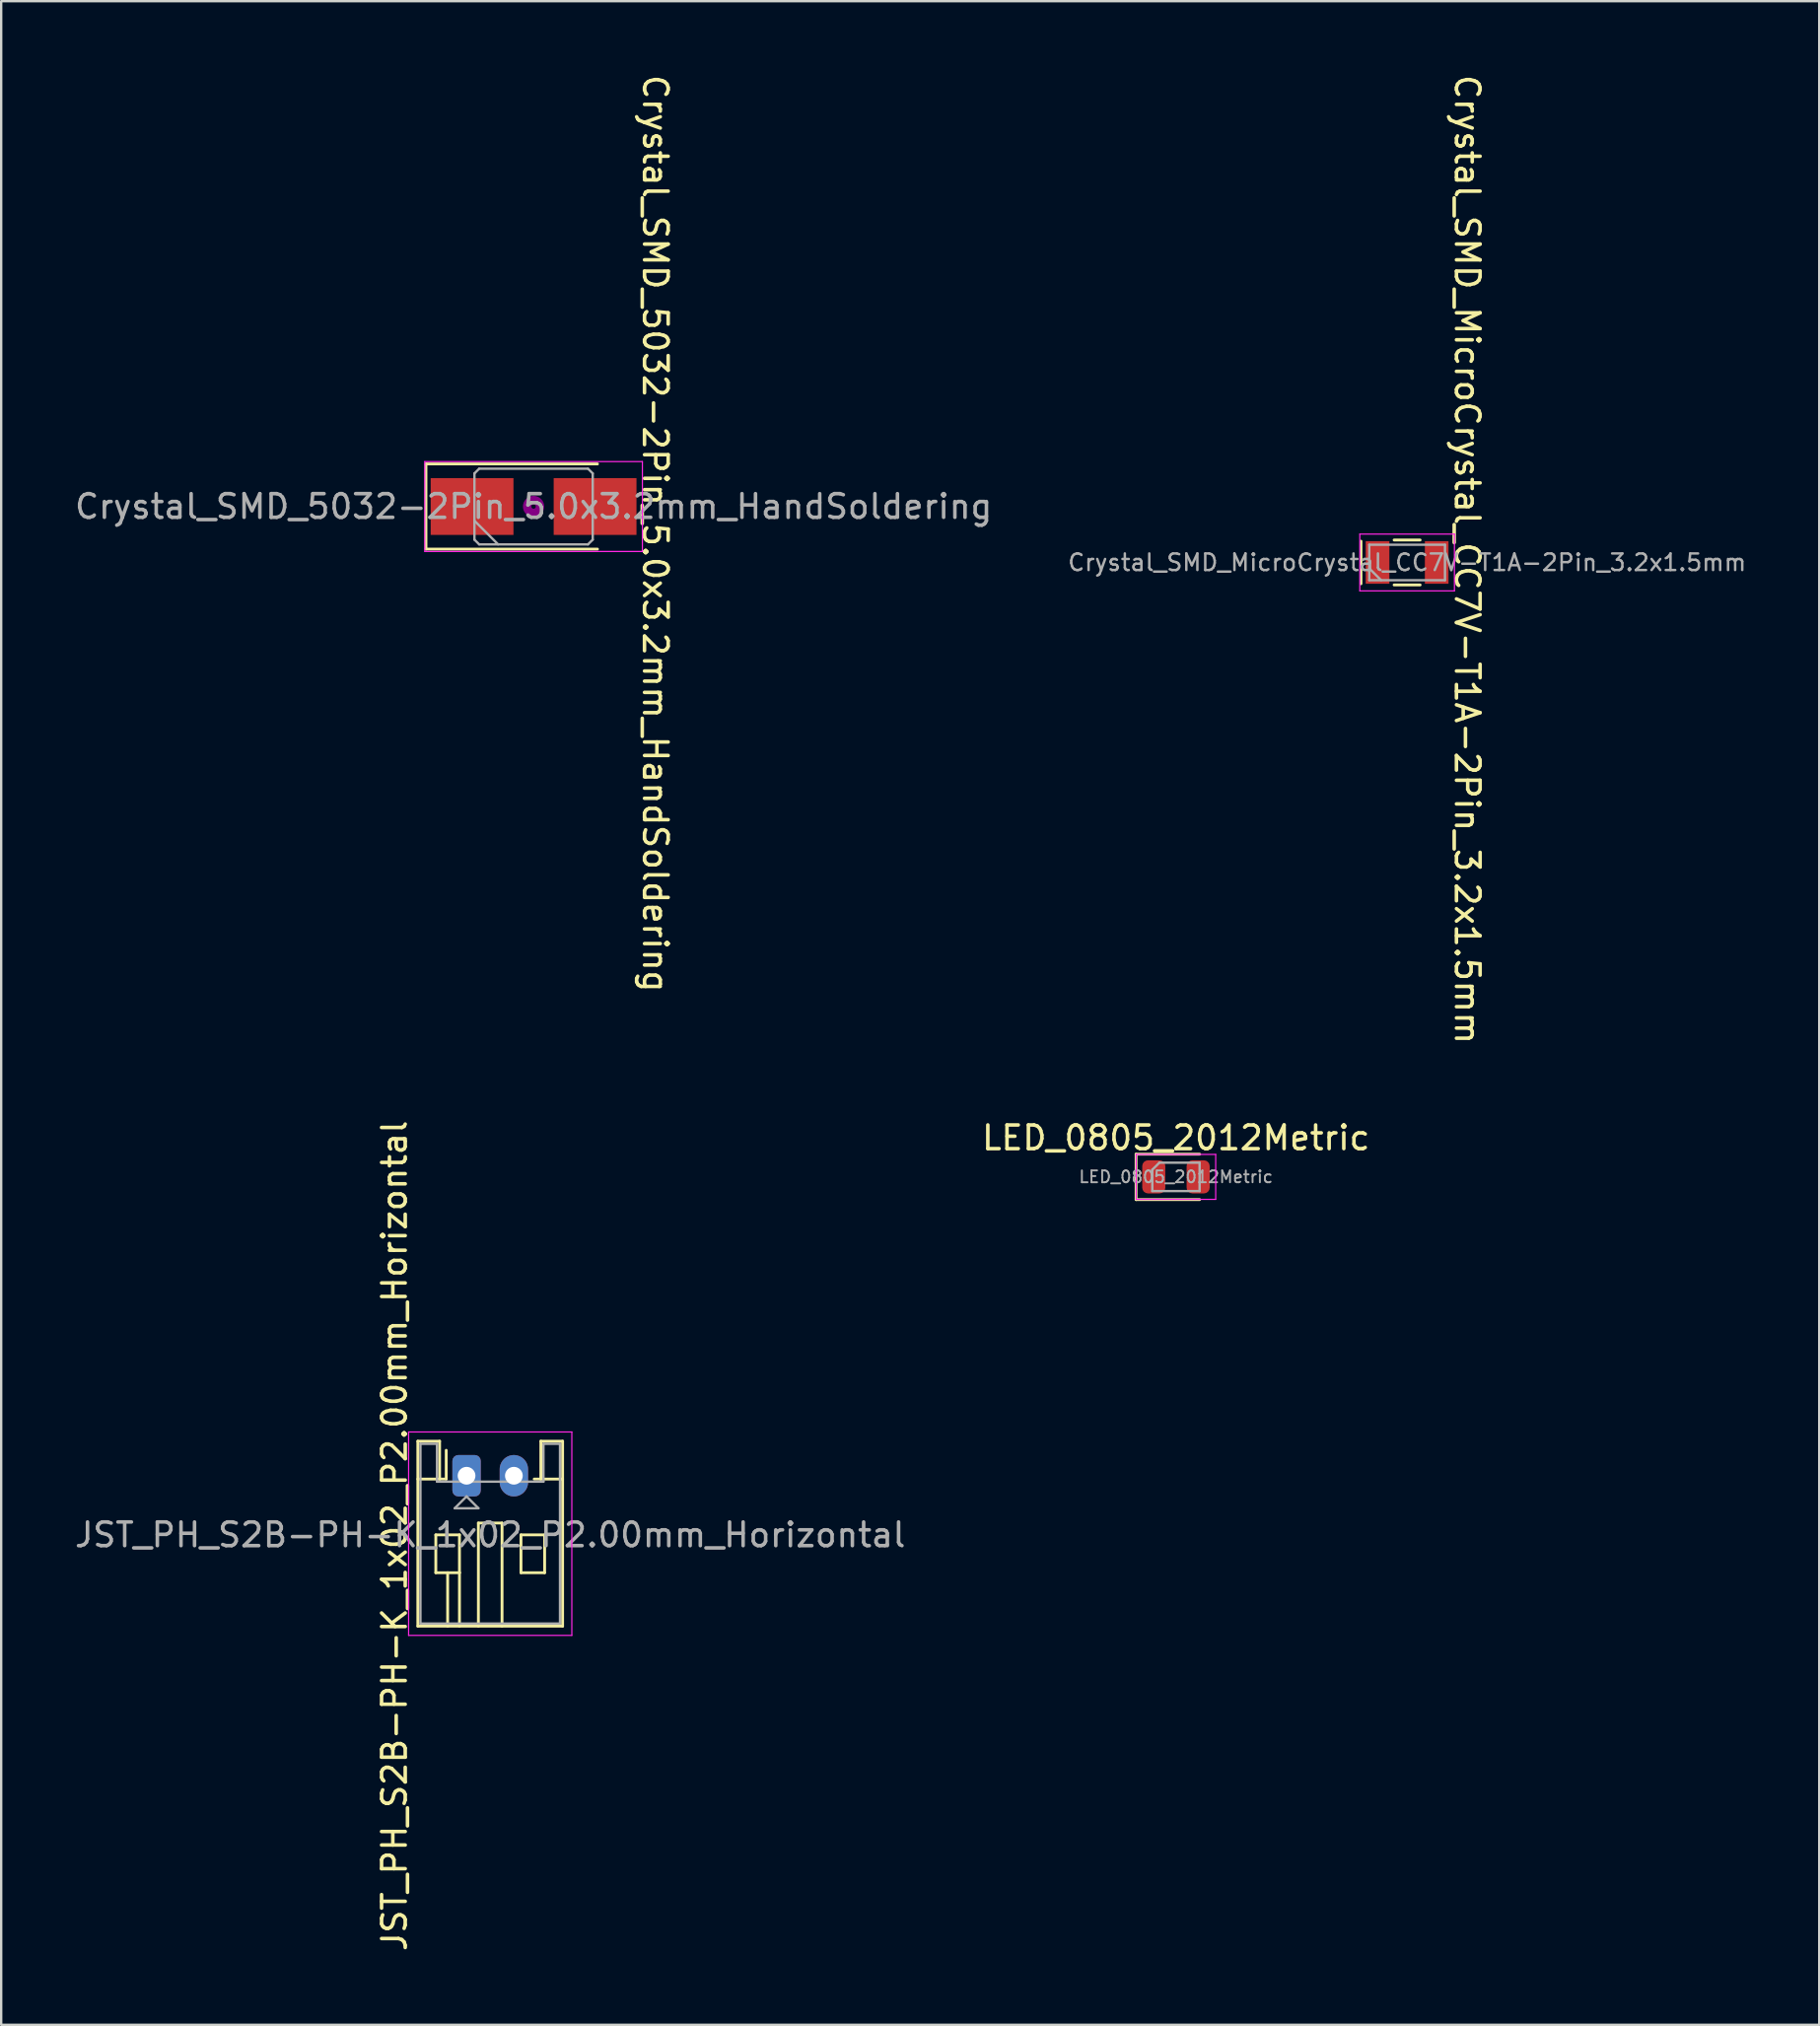
<source format=kicad_pcb>
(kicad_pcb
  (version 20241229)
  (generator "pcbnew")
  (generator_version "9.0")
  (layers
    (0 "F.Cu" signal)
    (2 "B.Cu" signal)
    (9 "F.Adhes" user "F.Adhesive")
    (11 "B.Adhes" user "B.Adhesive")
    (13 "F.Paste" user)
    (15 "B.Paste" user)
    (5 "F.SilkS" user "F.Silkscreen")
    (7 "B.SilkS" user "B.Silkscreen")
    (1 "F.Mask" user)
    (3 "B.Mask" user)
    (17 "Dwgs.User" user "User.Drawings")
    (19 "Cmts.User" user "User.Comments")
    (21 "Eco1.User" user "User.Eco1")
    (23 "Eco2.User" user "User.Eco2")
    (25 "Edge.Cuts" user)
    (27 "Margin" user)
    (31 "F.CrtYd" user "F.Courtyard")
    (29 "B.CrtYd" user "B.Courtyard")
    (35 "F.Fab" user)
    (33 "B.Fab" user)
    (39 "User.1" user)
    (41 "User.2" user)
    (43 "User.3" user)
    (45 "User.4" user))
  (footprint "LED_0805_2012Metric"
    (layer "F.Cu")
    (at 46.661 46.701)
    (property "Reference" "LED_0805_2012Metric" (at 0 -1.65 0) (layer "F.SilkS") (effects (font (size 1 1) (thickness 0.15))))
    (attr smd)
    (fp_line (start -1.685 -0.96) (end -1.685 0.96) (stroke (width 0.12) (type solid)) (layer "F.SilkS"))
    (fp_line (start -1.685 0.96) (end 1 0.96) (stroke (width 0.12) (type solid)) (layer "F.SilkS"))
    (fp_line (start 1 -0.96) (end -1.685 -0.96) (stroke (width 0.12) (type solid)) (layer "F.SilkS"))
    (fp_line (start -1.68 -0.95) (end 1.68 -0.95) (stroke (width 0.05) (type solid)) (layer "F.CrtYd"))
    (fp_line (start -1.68 0.95) (end -1.68 -0.95) (stroke (width 0.05) (type solid)) (layer "F.CrtYd"))
    (fp_line (start 1.68 -0.95) (end 1.68 0.95) (stroke (width 0.05) (type solid)) (layer "F.CrtYd"))
    (fp_line (start 1.68 0.95) (end -1.68 0.95) (stroke (width 0.05) (type solid)) (layer "F.CrtYd"))
    (fp_line (start -1 -0.3) (end -1 0.6) (stroke (width 0.1) (type solid)) (layer "F.Fab"))
    (fp_line (start -1 0.6) (end 1 0.6) (stroke (width 0.1) (type solid)) (layer "F.Fab"))
    (fp_line (start -0.7 -0.6) (end -1 -0.3) (stroke (width 0.1) (type solid)) (layer "F.Fab"))
    (fp_line (start 1 -0.6) (end -0.7 -0.6) (stroke (width 0.1) (type solid)) (layer "F.Fab"))
    (fp_line (start 1 0.6) (end 1 -0.6) (stroke (width 0.1) (type solid)) (layer "F.Fab"))
    (fp_text user "${REFERENCE}" (at 0 0 0) (layer "F.Fab") (effects (font (size 0.5 0.5) (thickness 0.08))))
    (pad "1" smd roundrect (at -0.938 0) (size 0.975 1.4) (layers "F.Cu" "F.Mask" "F.Paste") (roundrect_rratio 0.25))
    (pad "2" smd roundrect (at 0.938 0) (size 0.975 1.4) (layers "F.Cu" "F.Mask" "F.Paste") (roundrect_rratio 0.25)))
  (footprint "Crystal_SMD_MicroCrystal_CC7V-T1A-2Pin_3.2x1.5mm"
    (layer "F.Cu")
    (at 56.433 20.728)
    (property "Reference" "Crystal_SMD_MicroCrystal_CC7V-T1A-2Pin_3.2x1.5mm" (at 2.54 -0.127 270) (unlocked yes) (layer "F.SilkS") (effects (font (size 1 1) (thickness 0.15))))
    (attr smd)
    (fp_line (start -1.95 -0.9) (end -1.95 0.9) (stroke (width 0.12) (type solid)) (layer "F.SilkS"))
    (fp_line (start -0.55 -0.95) (end 0.55 -0.95) (stroke (width 0.12) (type solid)) (layer "F.SilkS"))
    (fp_line (start -0.55 0.95) (end 0.55 0.95) (stroke (width 0.12) (type solid)) (layer "F.SilkS"))
    (fp_line (start -2 -1.2) (end -2 1.2) (stroke (width 0.05) (type solid)) (layer "F.CrtYd"))
    (fp_line (start -2 1.2) (end 2 1.2) (stroke (width 0.05) (type solid)) (layer "F.CrtYd"))
    (fp_line (start 2 -1.2) (end -2 -1.2) (stroke (width 0.05) (type solid)) (layer "F.CrtYd"))
    (fp_line (start 2 1.2) (end 2 -1.2) (stroke (width 0.05) (type solid)) (layer "F.CrtYd"))
    (fp_line (start -1.6 -0.75) (end -1.6 0.75) (stroke (width 0.1) (type solid)) (layer "F.Fab"))
    (fp_line (start -1.6 0.25) (end -1.1 0.75) (stroke (width 0.1) (type solid)) (layer "F.Fab"))
    (fp_line (start -1.6 0.75) (end 1.6 0.75) (stroke (width 0.1) (type solid)) (layer "F.Fab"))
    (fp_line (start 1.6 -0.75) (end -1.6 -0.75) (stroke (width 0.1) (type solid)) (layer "F.Fab"))
    (fp_line (start 1.6 0.75) (end 1.6 -0.75) (stroke (width 0.1) (type solid)) (layer "F.Fab"))
    (fp_text user "${REFERENCE}" (at 0 0 0) (layer "F.Fab") (effects (font (size 0.7 0.7) (thickness 0.105))))
    (pad "1" smd rect (at -1.25 0) (size 1 1.8) (layers "F.Cu" "F.Mask" "F.Paste"))
    (pad "2" smd rect (at 1.25 0) (size 1 1.8) (layers "F.Cu" "F.Mask" "F.Paste")))
  (footprint "Crystal_SMD_5032-2Pin_5.0x3.2mm_HandSoldering"
    (layer "F.Cu")
    (at 19.506 18.363)
    (property "Reference" "Crystal_SMD_5032-2Pin_5.0x3.2mm_HandSoldering" (at 5.144 1.143 270) (unlocked yes) (layer "F.SilkS") (effects (font (size 1 1) (thickness 0.15))))
    (attr smd)
    (fp_line (start -4.55 -1.8) (end -4.55 1.8) (stroke (width 0.12) (type solid)) (layer "F.SilkS"))
    (fp_line (start -4.55 1.8) (end 2.7 1.8) (stroke (width 0.12) (type solid)) (layer "F.SilkS"))
    (fp_line (start 2.7 -1.8) (end -4.55 -1.8) (stroke (width 0.12) (type solid)) (layer "F.SilkS"))
    (fp_circle (center 0 0) (end 0.093 0) (stroke (width 0.187) (type solid)) (fill no) (layer "F.Adhes"))
    (fp_circle (center 0 0) (end 0.213 0) (stroke (width 0.133) (type solid)) (fill no) (layer "F.Adhes"))
    (fp_circle (center 0 0) (end 0.333 0) (stroke (width 0.133) (type solid)) (fill no) (layer "F.Adhes"))
    (fp_circle (center 0 0) (end 0.4 0) (stroke (width 0.1) (type solid)) (fill no) (layer "F.Adhes"))
    (fp_line (start -4.6 -1.9) (end -4.6 1.9) (stroke (width 0.05) (type solid)) (layer "F.CrtYd"))
    (fp_line (start -4.6 1.9) (end 4.6 1.9) (stroke (width 0.05) (type solid)) (layer "F.CrtYd"))
    (fp_line (start 4.6 -1.9) (end -4.6 -1.9) (stroke (width 0.05) (type solid)) (layer "F.CrtYd"))
    (fp_line (start 4.6 1.9) (end 4.6 -1.9) (stroke (width 0.05) (type solid)) (layer "F.CrtYd"))
    (fp_line (start -2.5 -1.4) (end -2.3 -1.6) (stroke (width 0.1) (type solid)) (layer "F.Fab"))
    (fp_line (start -2.5 0.6) (end -1.5 1.6) (stroke (width 0.1) (type solid)) (layer "F.Fab"))
    (fp_line (start -2.5 1.4) (end -2.5 -1.4) (stroke (width 0.1) (type solid)) (layer "F.Fab"))
    (fp_line (start -2.3 -1.6) (end 2.3 -1.6) (stroke (width 0.1) (type solid)) (layer "F.Fab"))
    (fp_line (start -2.3 1.6) (end -2.5 1.4) (stroke (width 0.1) (type solid)) (layer "F.Fab"))
    (fp_line (start 2.3 -1.6) (end 2.5 -1.4) (stroke (width 0.1) (type solid)) (layer "F.Fab"))
    (fp_line (start 2.3 1.6) (end -2.3 1.6) (stroke (width 0.1) (type solid)) (layer "F.Fab"))
    (fp_line (start 2.5 -1.4) (end 2.5 1.4) (stroke (width 0.1) (type solid)) (layer "F.Fab"))
    (fp_line (start 2.5 1.4) (end 2.3 1.6) (stroke (width 0.1) (type solid)) (layer "F.Fab"))
    (fp_text user "${REFERENCE}" (at 0 0 180) (layer "F.Fab") (effects (font (size 1 1) (thickness 0.15))))
    (pad "1" smd rect (at -2.6 0) (size 3.5 2.4) (layers "F.Cu" "F.Mask" "F.Paste"))
    (pad "2" smd rect (at 2.6 0) (size 3.5 2.4) (layers "F.Cu" "F.Mask" "F.Paste")))
  (footprint "JST_PH_S2B-PH-K_1x02_P2.00mm_Horizontal"
    (layer "F.Cu")
    (at 16.673 59.335)
    (property "Reference" "JST_PH_S2B-PH-K_1x02_P2.00mm_Horizontal" (at -3.048 2.54 270) (layer "F.SilkS") (effects (font (size 1 1) (thickness 0.15))))
    (attr through_hole)
    (fp_line (start -2.06 -1.46) (end -2.06 6.36) (stroke (width 0.12) (type solid)) (layer "F.SilkS"))
    (fp_line (start -2.06 0.14) (end -1.14 0.14) (stroke (width 0.12) (type solid)) (layer "F.SilkS"))
    (fp_line (start -2.06 6.36) (end 4.06 6.36) (stroke (width 0.12) (type solid)) (layer "F.SilkS"))
    (fp_line (start -1.3 2.5) (end -1.3 4.1) (stroke (width 0.12) (type solid)) (layer "F.SilkS"))
    (fp_line (start -1.3 4.1) (end -0.3 4.1) (stroke (width 0.12) (type solid)) (layer "F.SilkS"))
    (fp_line (start -1.14 -1.46) (end -2.06 -1.46) (stroke (width 0.12) (type solid)) (layer "F.SilkS"))
    (fp_line (start -1.14 0.14) (end -1.14 -1.46) (stroke (width 0.12) (type solid)) (layer "F.SilkS"))
    (fp_line (start -0.86 0.14) (end -1.14 0.14) (stroke (width 0.12) (type solid)) (layer "F.SilkS"))
    (fp_line (start -0.86 0.14) (end -0.86 -1.075) (stroke (width 0.12) (type solid)) (layer "F.SilkS"))
    (fp_line (start -0.8 4.1) (end -0.8 6.36) (stroke (width 0.12) (type solid)) (layer "F.SilkS"))
    (fp_line (start -0.3 2.5) (end -1.3 2.5) (stroke (width 0.12) (type solid)) (layer "F.SilkS"))
    (fp_line (start -0.3 4.1) (end -0.3 2.5) (stroke (width 0.12) (type solid)) (layer "F.SilkS"))
    (fp_line (start -0.3 4.1) (end -0.3 6.36) (stroke (width 0.12) (type solid)) (layer "F.SilkS"))
    (fp_line (start 0.5 2) (end 1.5 2) (stroke (width 0.12) (type solid)) (layer "F.SilkS"))
    (fp_line (start 0.5 6.36) (end 0.5 2) (stroke (width 0.12) (type solid)) (layer "F.SilkS"))
    (fp_line (start 1.5 2) (end 1.5 6.36) (stroke (width 0.12) (type solid)) (layer "F.SilkS"))
    (fp_line (start 2.3 2.5) (end 3.3 2.5) (stroke (width 0.12) (type solid)) (layer "F.SilkS"))
    (fp_line (start 2.3 4.1) (end 2.3 2.5) (stroke (width 0.12) (type solid)) (layer "F.SilkS"))
    (fp_line (start 3.14 -1.46) (end 3.14 0.14) (stroke (width 0.12) (type solid)) (layer "F.SilkS"))
    (fp_line (start 3.14 0.14) (end 2.86 0.14) (stroke (width 0.12) (type solid)) (layer "F.SilkS"))
    (fp_line (start 3.3 2.5) (end 3.3 4.1) (stroke (width 0.12) (type solid)) (layer "F.SilkS"))
    (fp_line (start 3.3 4.1) (end 2.3 4.1) (stroke (width 0.12) (type solid)) (layer "F.SilkS"))
    (fp_line (start 4.06 -1.46) (end 3.14 -1.46) (stroke (width 0.12) (type solid)) (layer "F.SilkS"))
    (fp_line (start 4.06 0.14) (end 3.14 0.14) (stroke (width 0.12) (type solid)) (layer "F.SilkS"))
    (fp_line (start 4.06 6.36) (end 4.06 -1.46) (stroke (width 0.12) (type solid)) (layer "F.SilkS"))
    (fp_line (start -2.45 -1.85) (end -2.45 6.75) (stroke (width 0.05) (type solid)) (layer "F.CrtYd"))
    (fp_line (start -2.45 6.75) (end 4.45 6.75) (stroke (width 0.05) (type solid)) (layer "F.CrtYd"))
    (fp_line (start 4.45 -1.85) (end -2.45 -1.85) (stroke (width 0.05) (type solid)) (layer "F.CrtYd"))
    (fp_line (start 4.45 6.75) (end 4.45 -1.85) (stroke (width 0.05) (type solid)) (layer "F.CrtYd"))
    (fp_line (start -1.95 -1.35) (end -1.95 6.25) (stroke (width 0.1) (type solid)) (layer "F.Fab"))
    (fp_line (start -1.95 6.25) (end 3.95 6.25) (stroke (width 0.1) (type solid)) (layer "F.Fab"))
    (fp_line (start -1.25 -1.35) (end -1.95 -1.35) (stroke (width 0.1) (type solid)) (layer "F.Fab"))
    (fp_line (start -1.25 0.25) (end -1.25 -1.35) (stroke (width 0.1) (type solid)) (layer "F.Fab"))
    (fp_line (start -0.5 1.375) (end 0.5 1.375) (stroke (width 0.1) (type solid)) (layer "F.Fab"))
    (fp_line (start 0 0.875) (end -0.5 1.375) (stroke (width 0.1) (type solid)) (layer "F.Fab"))
    (fp_line (start 0.5 1.375) (end 0 0.875) (stroke (width 0.1) (type solid)) (layer "F.Fab"))
    (fp_line (start 3.25 -1.35) (end 3.25 0.25) (stroke (width 0.1) (type solid)) (layer "F.Fab"))
    (fp_line (start 3.25 0.25) (end -1.25 0.25) (stroke (width 0.1) (type solid)) (layer "F.Fab"))
    (fp_line (start 3.95 -1.35) (end 3.25 -1.35) (stroke (width 0.1) (type solid)) (layer "F.Fab"))
    (fp_line (start 3.95 6.25) (end 3.95 -1.35) (stroke (width 0.1) (type solid)) (layer "F.Fab"))
    (fp_text user "${REFERENCE}" (at 1 2.5 180) (layer "F.Fab") (effects (font (size 1 1) (thickness 0.15))))
    (pad "1" thru_hole roundrect (at 0 0) (size 1.2 1.75) (drill 0.75) (layers "*.Cu" "*.Mask") (roundrect_rratio 0.208))
    (pad "2" thru_hole oval (at 2 0) (size 1.2 1.75) (drill 0.75) (layers "*.Cu" "*.Mask")))
  (gr_rect
    (start -3 -3)
    (end 73.854 82.548)
    (stroke (width 0.1) (type default))
    (fill no)
    (layer "Edge.Cuts")))
</source>
